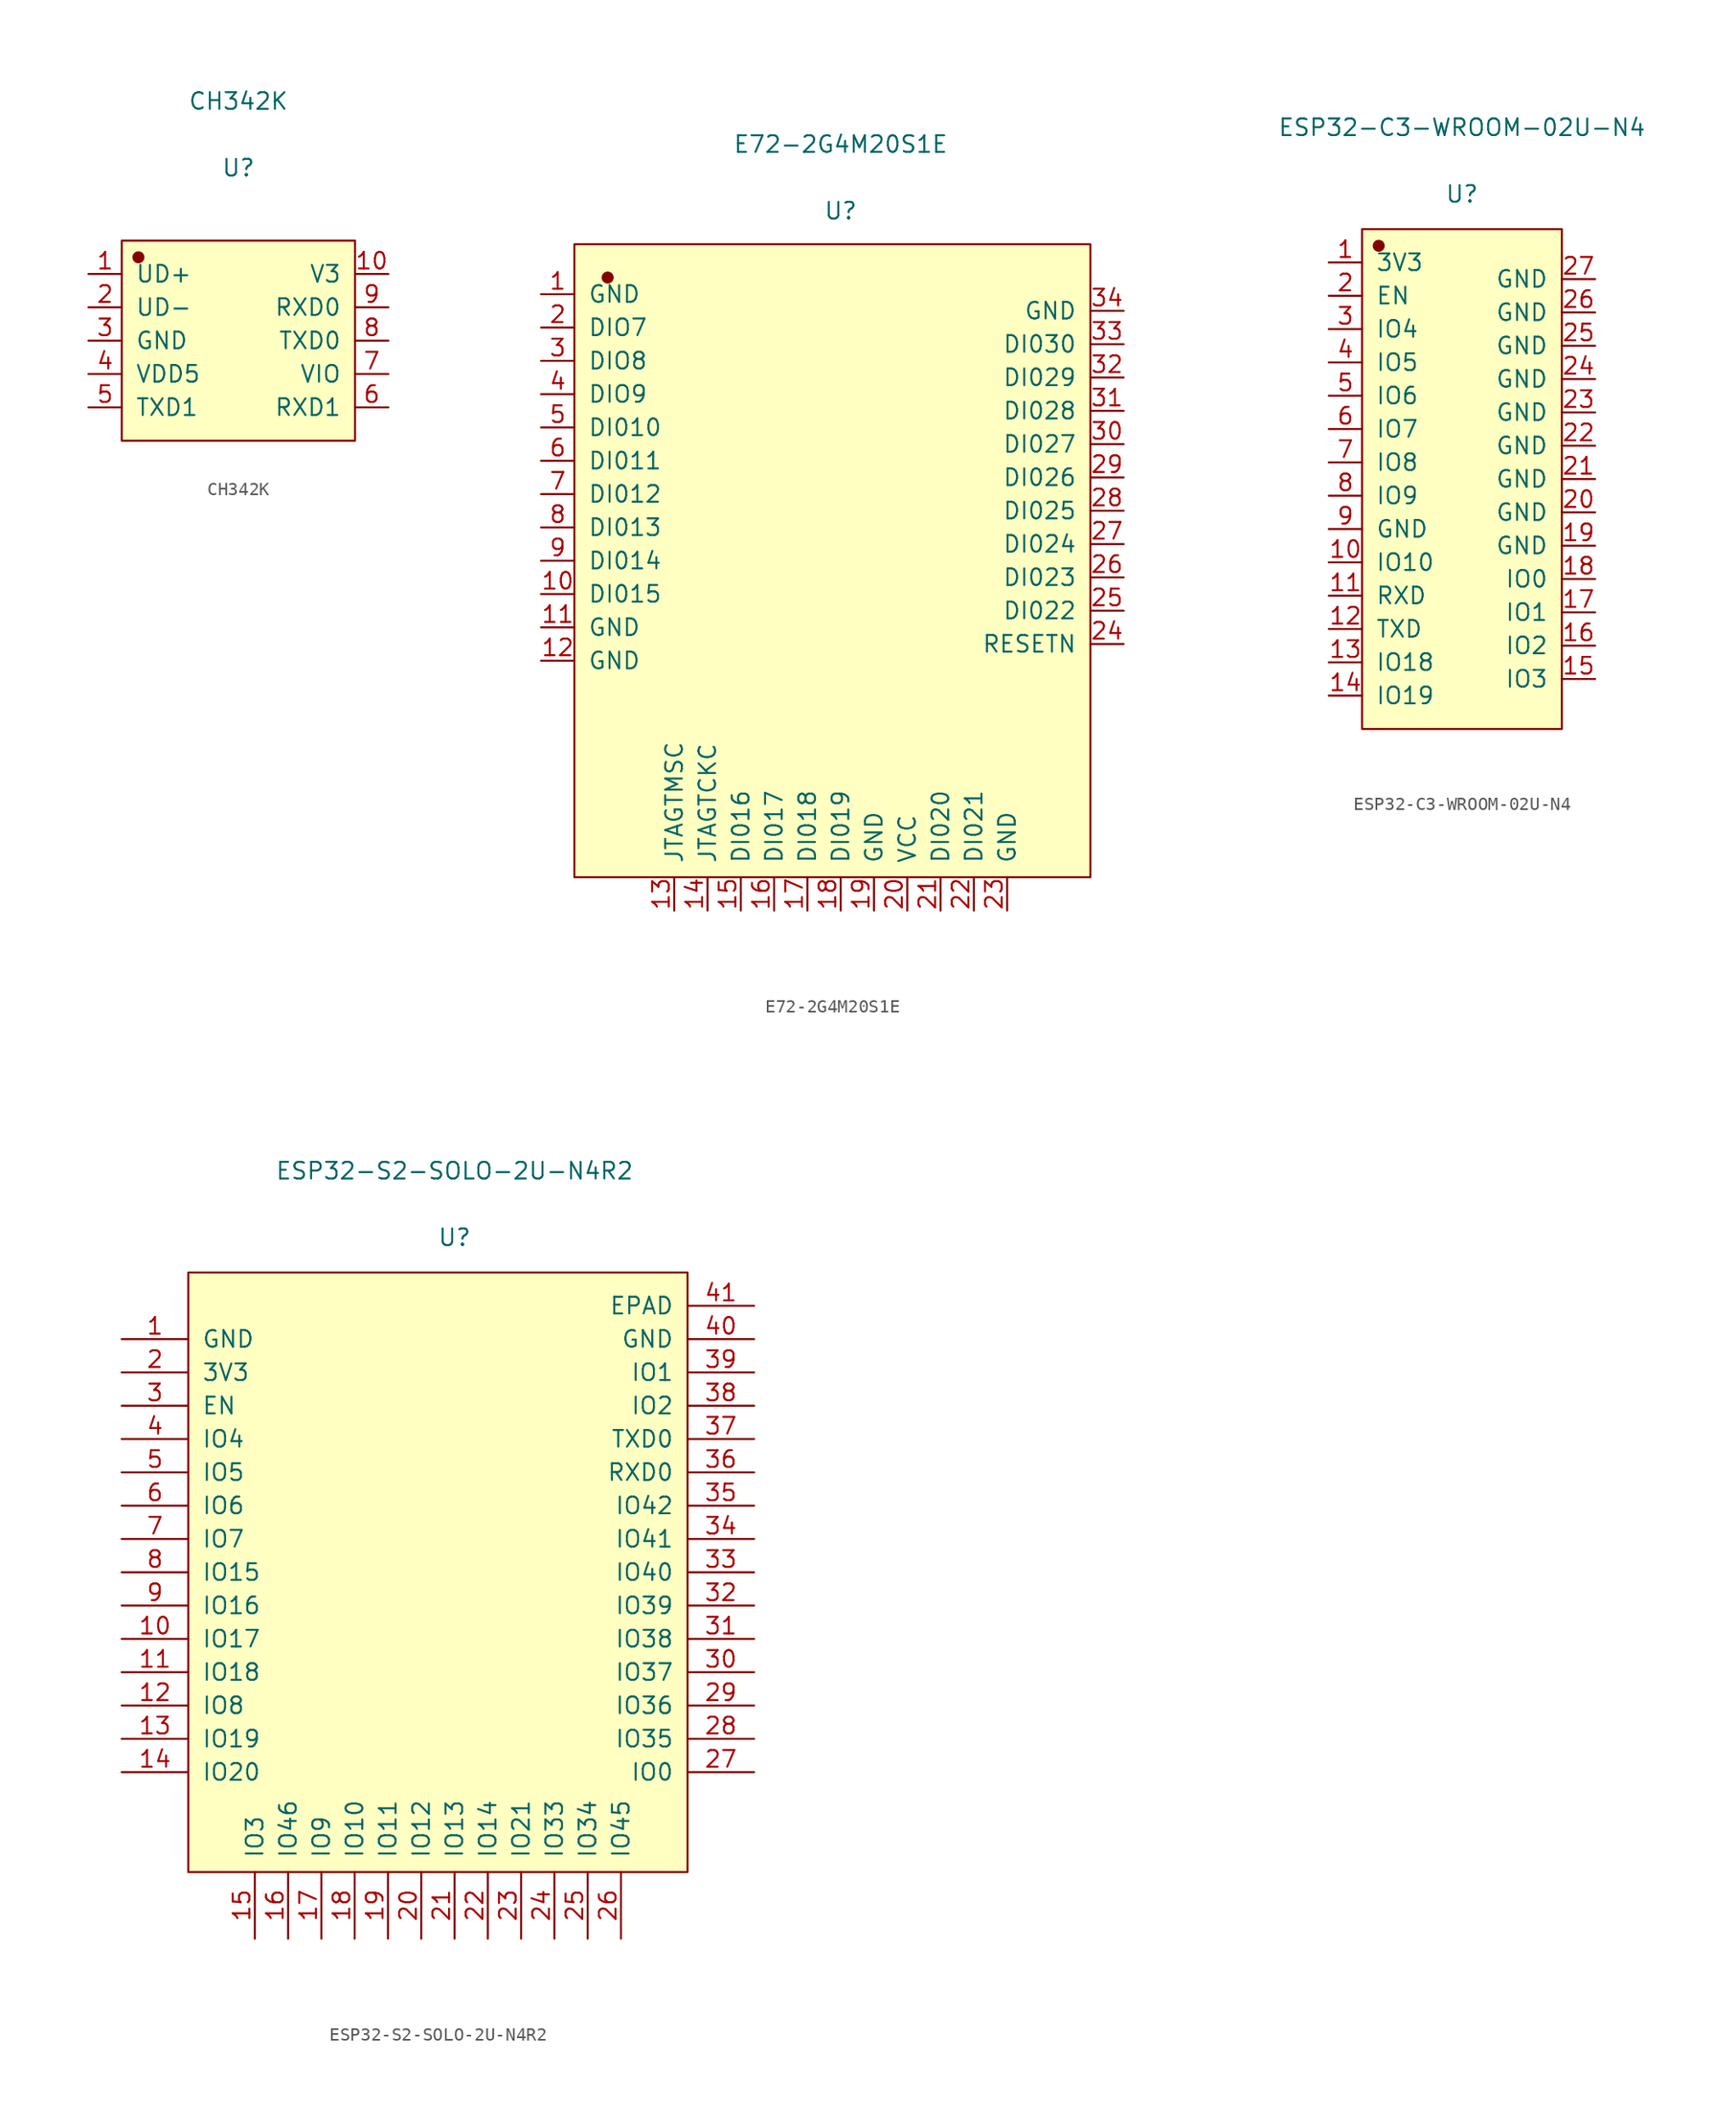
<source format=kicad_sym>
(kicad_symbol_lib
  (version 20220914)
  (generator kicad_symbol_editor)
  (symbol "CH342K"
    (pin_names
      (offset 1.016))
    (property "Reference" "U"
      (at 0 13.157 0)
      (effects (font (size 1.27 1.27))))
    (property "Value" "CH342K"
      (at 0 18.237 0)
      (effects (font (size 1.27 1.27))))
    (symbol "CH342K_1_1"
      (rectangle (start -8.89 7.62) (end 8.89 -7.62) (stroke (width 0.152) (type solid)) (fill (type background)))
      (circle (center -7.62 6.35) (radius 0.381) (stroke (width 0.152) (type solid)) (fill (type outline)))
      (pin input line (at -11.43 5.08 0) (length 2.54) (name "UD+" (effects (font (size 1.27 1.27)))) (number "1" (effects (font (size 1.27 1.27)))))
      (pin input line (at 11.43 5.08 180) (length 2.54) (name "V3" (effects (font (size 1.27 1.27)))) (number "10" (effects (font (size 1.27 1.27)))))
      (pin input line (at -11.43 2.54 0) (length 2.54) (name "UD-" (effects (font (size 1.27 1.27)))) (number "2" (effects (font (size 1.27 1.27)))))
      (pin input line (at -11.43 0 0) (length 2.54) (name "GND" (effects (font (size 1.27 1.27)))) (number "3" (effects (font (size 1.27 1.27)))))
      (pin input line (at -11.43 -2.54 0) (length 2.54) (name "VDD5" (effects (font (size 1.27 1.27)))) (number "4" (effects (font (size 1.27 1.27)))))
      (pin input line (at -11.43 -5.08 0) (length 2.54) (name "TXD1" (effects (font (size 1.27 1.27)))) (number "5" (effects (font (size 1.27 1.27)))))
      (pin input line (at 11.43 -5.08 180) (length 2.54) (name "RXD1" (effects (font (size 1.27 1.27)))) (number "6" (effects (font (size 1.27 1.27)))))
      (pin input line (at 11.43 -2.54 180) (length 2.54) (name "VIO" (effects (font (size 1.27 1.27)))) (number "7" (effects (font (size 1.27 1.27)))))
      (pin input line (at 11.43 0 180) (length 2.54) (name "TXD0" (effects (font (size 1.27 1.27)))) (number "8" (effects (font (size 1.27 1.27)))))
      (pin input line (at 11.43 2.54 180) (length 2.54) (name "RXD0" (effects (font (size 1.27 1.27)))) (number "9" (effects (font (size 1.27 1.27)))))))
  (symbol "E72-2G4M20S1E"
    (pin_names
      (offset 1.016))
    (property "Reference" "U"
      (at 0 27.94 0)
      (effects (font (size 1.27 1.27))))
    (property "Value" "E72-2G4M20S1E"
      (at 0 33.02 0)
      (effects (font (size 1.27 1.27))))
    (symbol "E72-2G4M20S1E_1_1"
      (rectangle (start -20.32 25.4) (end 19.05 -22.86) (stroke (width 0.152) (type solid)) (fill (type background)))
      (circle (center -17.78 22.86) (radius 0.381) (stroke (width 0.152) (type solid)) (fill (type outline)))
      (pin input line (at -22.86 21.59 0) (length 2.54) (name "GND" (effects (font (size 1.27 1.27)))) (number "1" (effects (font (size 1.27 1.27)))))
      (pin input line (at -22.86 -1.27 0) (length 2.54) (name "DI015" (effects (font (size 1.27 1.27)))) (number "10" (effects (font (size 1.27 1.27)))))
      (pin input line (at -22.86 -3.81 0) (length 2.54) (name "GND" (effects (font (size 1.27 1.27)))) (number "11" (effects (font (size 1.27 1.27)))))
      (pin input line (at -22.86 -6.35 0) (length 2.54) (name "GND" (effects (font (size 1.27 1.27)))) (number "12" (effects (font (size 1.27 1.27)))))
      (pin input line (at -12.7 -25.4 90) (length 2.54) (name "JTAGTMSC" (effects (font (size 1.27 1.27)))) (number "13" (effects (font (size 1.27 1.27)))))
      (pin input line (at -10.16 -25.4 90) (length 2.54) (name "JTAGTCKC" (effects (font (size 1.27 1.27)))) (number "14" (effects (font (size 1.27 1.27)))))
      (pin input line (at -7.62 -25.4 90) (length 2.54) (name "DI016" (effects (font (size 1.27 1.27)))) (number "15" (effects (font (size 1.27 1.27)))))
      (pin input line (at -5.08 -25.4 90) (length 2.54) (name "DI017" (effects (font (size 1.27 1.27)))) (number "16" (effects (font (size 1.27 1.27)))))
      (pin input line (at -2.54 -25.4 90) (length 2.54) (name "DI018" (effects (font (size 1.27 1.27)))) (number "17" (effects (font (size 1.27 1.27)))))
      (pin input line (at 0 -25.4 90) (length 2.54) (name "DI019" (effects (font (size 1.27 1.27)))) (number "18" (effects (font (size 1.27 1.27)))))
      (pin input line (at 2.54 -25.4 90) (length 2.54) (name "GND" (effects (font (size 1.27 1.27)))) (number "19" (effects (font (size 1.27 1.27)))))
      (pin input line (at -22.86 19.05 0) (length 2.54) (name "DIO7" (effects (font (size 1.27 1.27)))) (number "2" (effects (font (size 1.27 1.27)))))
      (pin input line (at 5.08 -25.4 90) (length 2.54) (name "VCC" (effects (font (size 1.27 1.27)))) (number "20" (effects (font (size 1.27 1.27)))))
      (pin input line (at 7.62 -25.4 90) (length 2.54) (name "DI020" (effects (font (size 1.27 1.27)))) (number "21" (effects (font (size 1.27 1.27)))))
      (pin input line (at 10.16 -25.4 90) (length 2.54) (name "DI021" (effects (font (size 1.27 1.27)))) (number "22" (effects (font (size 1.27 1.27)))))
      (pin input line (at 12.7 -25.4 90) (length 2.54) (name "GND" (effects (font (size 1.27 1.27)))) (number "23" (effects (font (size 1.27 1.27)))))
      (pin input line (at 21.59 -5.08 180) (length 2.54) (name "RESETN" (effects (font (size 1.27 1.27)))) (number "24" (effects (font (size 1.27 1.27)))))
      (pin input line (at 21.59 -2.54 180) (length 2.54) (name "DI022" (effects (font (size 1.27 1.27)))) (number "25" (effects (font (size 1.27 1.27)))))
      (pin input line (at 21.59 0 180) (length 2.54) (name "DI023" (effects (font (size 1.27 1.27)))) (number "26" (effects (font (size 1.27 1.27)))))
      (pin input line (at 21.59 2.54 180) (length 2.54) (name "DI024" (effects (font (size 1.27 1.27)))) (number "27" (effects (font (size 1.27 1.27)))))
      (pin input line (at 21.59 5.08 180) (length 2.54) (name "DI025" (effects (font (size 1.27 1.27)))) (number "28" (effects (font (size 1.27 1.27)))))
      (pin input line (at 21.59 7.62 180) (length 2.54) (name "DI026" (effects (font (size 1.27 1.27)))) (number "29" (effects (font (size 1.27 1.27)))))
      (pin input line (at -22.86 16.51 0) (length 2.54) (name "DIO8" (effects (font (size 1.27 1.27)))) (number "3" (effects (font (size 1.27 1.27)))))
      (pin input line (at 21.59 10.16 180) (length 2.54) (name "DI027" (effects (font (size 1.27 1.27)))) (number "30" (effects (font (size 1.27 1.27)))))
      (pin input line (at 21.59 12.7 180) (length 2.54) (name "DI028" (effects (font (size 1.27 1.27)))) (number "31" (effects (font (size 1.27 1.27)))))
      (pin input line (at 21.59 15.24 180) (length 2.54) (name "DI029" (effects (font (size 1.27 1.27)))) (number "32" (effects (font (size 1.27 1.27)))))
      (pin input line (at 21.59 17.78 180) (length 2.54) (name "DI030" (effects (font (size 1.27 1.27)))) (number "33" (effects (font (size 1.27 1.27)))))
      (pin input line (at 21.59 20.32 180) (length 2.54) (name "GND" (effects (font (size 1.27 1.27)))) (number "34" (effects (font (size 1.27 1.27)))))
      (pin input line (at -22.86 13.97 0) (length 2.54) (name "DIO9" (effects (font (size 1.27 1.27)))) (number "4" (effects (font (size 1.27 1.27)))))
      (pin input line (at -22.86 11.43 0) (length 2.54) (name "DI010" (effects (font (size 1.27 1.27)))) (number "5" (effects (font (size 1.27 1.27)))))
      (pin input line (at -22.86 8.89 0) (length 2.54) (name "DI011" (effects (font (size 1.27 1.27)))) (number "6" (effects (font (size 1.27 1.27)))))
      (pin input line (at -22.86 6.35 0) (length 2.54) (name "DI012" (effects (font (size 1.27 1.27)))) (number "7" (effects (font (size 1.27 1.27)))))
      (pin input line (at -22.86 3.81 0) (length 2.54) (name "DI013" (effects (font (size 1.27 1.27)))) (number "8" (effects (font (size 1.27 1.27)))))
      (pin input line (at -22.86 1.27 0) (length 2.54) (name "DI014" (effects (font (size 1.27 1.27)))) (number "9" (effects (font (size 1.27 1.27)))))))
  (symbol "ESP32-C3-WROOM-02U-N4"
    (pin_names
      (offset 1.016))
    (property "Reference" "U"
      (at 0 21.717 0)
      (effects (font (size 1.27 1.27))))
    (property "Value" "ESP32-C3-WROOM-02U-N4"
      (at 0 26.797 0)
      (effects (font (size 1.27 1.27))))
    (symbol "ESP32-C3-WROOM-02U-N4_1_1"
      (rectangle (start -7.62 19.05) (end 7.62 -19.05) (stroke (width 0.152) (type solid)) (fill (type background)))
      (circle (center -6.35 17.78) (radius 0.381) (stroke (width 0.152) (type solid)) (fill (type outline)))
      (pin input line (at -10.16 16.51 0) (length 2.54) (name "3V3" (effects (font (size 1.27 1.27)))) (number "1" (effects (font (size 1.27 1.27)))))
      (pin input line (at -10.16 -6.35 0) (length 2.54) (name "IO10" (effects (font (size 1.27 1.27)))) (number "10" (effects (font (size 1.27 1.27)))))
      (pin input line (at -10.16 -8.89 0) (length 2.54) (name "RXD" (effects (font (size 1.27 1.27)))) (number "11" (effects (font (size 1.27 1.27)))))
      (pin input line (at -10.16 -11.43 0) (length 2.54) (name "TXD" (effects (font (size 1.27 1.27)))) (number "12" (effects (font (size 1.27 1.27)))))
      (pin input line (at -10.16 -13.97 0) (length 2.54) (name "IO18" (effects (font (size 1.27 1.27)))) (number "13" (effects (font (size 1.27 1.27)))))
      (pin input line (at -10.16 -16.51 0) (length 2.54) (name "IO19" (effects (font (size 1.27 1.27)))) (number "14" (effects (font (size 1.27 1.27)))))
      (pin input line (at 10.16 -15.24 180) (length 2.54) (name "IO3" (effects (font (size 1.27 1.27)))) (number "15" (effects (font (size 1.27 1.27)))))
      (pin input line (at 10.16 -12.7 180) (length 2.54) (name "IO2" (effects (font (size 1.27 1.27)))) (number "16" (effects (font (size 1.27 1.27)))))
      (pin input line (at 10.16 -10.16 180) (length 2.54) (name "IO1" (effects (font (size 1.27 1.27)))) (number "17" (effects (font (size 1.27 1.27)))))
      (pin input line (at 10.16 -7.62 180) (length 2.54) (name "IO0" (effects (font (size 1.27 1.27)))) (number "18" (effects (font (size 1.27 1.27)))))
      (pin input line (at 10.16 -5.08 180) (length 2.54) (name "GND" (effects (font (size 1.27 1.27)))) (number "19" (effects (font (size 1.27 1.27)))))
      (pin input line (at -10.16 13.97 0) (length 2.54) (name "EN" (effects (font (size 1.27 1.27)))) (number "2" (effects (font (size 1.27 1.27)))))
      (pin input line (at 10.16 -2.54 180) (length 2.54) (name "GND" (effects (font (size 1.27 1.27)))) (number "20" (effects (font (size 1.27 1.27)))))
      (pin input line (at 10.16 0 180) (length 2.54) (name "GND" (effects (font (size 1.27 1.27)))) (number "21" (effects (font (size 1.27 1.27)))))
      (pin input line (at 10.16 2.54 180) (length 2.54) (name "GND" (effects (font (size 1.27 1.27)))) (number "22" (effects (font (size 1.27 1.27)))))
      (pin input line (at 10.16 5.08 180) (length 2.54) (name "GND" (effects (font (size 1.27 1.27)))) (number "23" (effects (font (size 1.27 1.27)))))
      (pin input line (at 10.16 7.62 180) (length 2.54) (name "GND" (effects (font (size 1.27 1.27)))) (number "24" (effects (font (size 1.27 1.27)))))
      (pin input line (at 10.16 10.16 180) (length 2.54) (name "GND" (effects (font (size 1.27 1.27)))) (number "25" (effects (font (size 1.27 1.27)))))
      (pin input line (at 10.16 12.7 180) (length 2.54) (name "GND" (effects (font (size 1.27 1.27)))) (number "26" (effects (font (size 1.27 1.27)))))
      (pin input line (at 10.16 15.24 180) (length 2.54) (name "GND" (effects (font (size 1.27 1.27)))) (number "27" (effects (font (size 1.27 1.27)))))
      (pin input line (at -10.16 11.43 0) (length 2.54) (name "IO4" (effects (font (size 1.27 1.27)))) (number "3" (effects (font (size 1.27 1.27)))))
      (pin input line (at -10.16 8.89 0) (length 2.54) (name "IO5" (effects (font (size 1.27 1.27)))) (number "4" (effects (font (size 1.27 1.27)))))
      (pin input line (at -10.16 6.35 0) (length 2.54) (name "IO6" (effects (font (size 1.27 1.27)))) (number "5" (effects (font (size 1.27 1.27)))))
      (pin input line (at -10.16 3.81 0) (length 2.54) (name "IO7" (effects (font (size 1.27 1.27)))) (number "6" (effects (font (size 1.27 1.27)))))
      (pin input line (at -10.16 1.27 0) (length 2.54) (name "IO8" (effects (font (size 1.27 1.27)))) (number "7" (effects (font (size 1.27 1.27)))))
      (pin input line (at -10.16 -1.27 0) (length 2.54) (name "IO9" (effects (font (size 1.27 1.27)))) (number "8" (effects (font (size 1.27 1.27)))))
      (pin input line (at -10.16 -3.81 0) (length 2.54) (name "GND" (effects (font (size 1.27 1.27)))) (number "9" (effects (font (size 1.27 1.27)))))))
  (symbol "ESP32-S2-SOLO-2U-N4R2"
    (pin_names
      (offset 1.016))
    (property "Reference" "U"
      (at 0 28.067 0)
      (effects (font (size 1.27 1.27))))
    (property "Value" "ESP32-S2-SOLO-2U-N4R2"
      (at 0 33.147 0)
      (effects (font (size 1.27 1.27))))
    (symbol "ESP32-S2-SOLO-2U-N4R2_1_1"
      (rectangle (start -20.32 25.4) (end 17.78 -20.32) (stroke (width 0.152) (type solid)) (fill (type background)))
      (pin power_in line (at -25.4 20.32 0) (length 5.08) (name "GND" (effects (font (size 1.27 1.27)))) (number "1" (effects (font (size 1.27 1.27)))))
      (pin bidirectional line (at -25.4 -2.54 0) (length 5.08) (name "IO17" (effects (font (size 1.27 1.27)))) (number "10" (effects (font (size 1.27 1.27)))))
      (pin bidirectional line (at -25.4 -5.08 0) (length 5.08) (name "IO18" (effects (font (size 1.27 1.27)))) (number "11" (effects (font (size 1.27 1.27)))))
      (pin bidirectional line (at -25.4 -7.62 0) (length 5.08) (name "IO8" (effects (font (size 1.27 1.27)))) (number "12" (effects (font (size 1.27 1.27)))))
      (pin bidirectional line (at -25.4 -10.16 0) (length 5.08) (name "IO19" (effects (font (size 1.27 1.27)))) (number "13" (effects (font (size 1.27 1.27)))))
      (pin bidirectional line (at -25.4 -12.7 0) (length 5.08) (name "IO20" (effects (font (size 1.27 1.27)))) (number "14" (effects (font (size 1.27 1.27)))))
      (pin power_in line (at -15.24 -25.4 90) (length 5.08) (name "IO3" (effects (font (size 1.27 1.27)))) (number "15" (effects (font (size 1.27 1.27)))))
      (pin bidirectional line (at -12.7 -25.4 90) (length 5.08) (name "IO46" (effects (font (size 1.27 1.27)))) (number "16" (effects (font (size 1.27 1.27)))))
      (pin bidirectional line (at -10.16 -25.4 90) (length 5.08) (name "IO9" (effects (font (size 1.27 1.27)))) (number "17" (effects (font (size 1.27 1.27)))))
      (pin bidirectional line (at -7.62 -25.4 90) (length 5.08) (name "IO10" (effects (font (size 1.27 1.27)))) (number "18" (effects (font (size 1.27 1.27)))))
      (pin bidirectional line (at -5.08 -25.4 90) (length 5.08) (name "IO11" (effects (font (size 1.27 1.27)))) (number "19" (effects (font (size 1.27 1.27)))))
      (pin power_in line (at -25.4 17.78 0) (length 5.08) (name "3V3" (effects (font (size 1.27 1.27)))) (number "2" (effects (font (size 1.27 1.27)))))
      (pin bidirectional line (at -2.54 -25.4 90) (length 5.08) (name "IO12" (effects (font (size 1.27 1.27)))) (number "20" (effects (font (size 1.27 1.27)))))
      (pin bidirectional line (at 0 -25.4 90) (length 5.08) (name "IO13" (effects (font (size 1.27 1.27)))) (number "21" (effects (font (size 1.27 1.27)))))
      (pin bidirectional line (at 2.54 -25.4 90) (length 5.08) (name "IO14" (effects (font (size 1.27 1.27)))) (number "22" (effects (font (size 1.27 1.27)))))
      (pin bidirectional line (at 5.08 -25.4 90) (length 5.08) (name "IO21" (effects (font (size 1.27 1.27)))) (number "23" (effects (font (size 1.27 1.27)))))
      (pin bidirectional line (at 7.62 -25.4 90) (length 5.08) (name "IO33" (effects (font (size 1.27 1.27)))) (number "24" (effects (font (size 1.27 1.27)))))
      (pin bidirectional line (at 10.16 -25.4 90) (length 5.08) (name "IO34" (effects (font (size 1.27 1.27)))) (number "25" (effects (font (size 1.27 1.27)))))
      (pin bidirectional line (at 12.7 -25.4 90) (length 5.08) (name "IO45" (effects (font (size 1.27 1.27)))) (number "26" (effects (font (size 1.27 1.27)))))
      (pin bidirectional line (at 22.86 -12.7 180) (length 5.08) (name "IO0" (effects (font (size 1.27 1.27)))) (number "27" (effects (font (size 1.27 1.27)))))
      (pin bidirectional line (at 22.86 -10.16 180) (length 5.08) (name "IO35" (effects (font (size 1.27 1.27)))) (number "28" (effects (font (size 1.27 1.27)))))
      (pin bidirectional line (at 22.86 -7.62 180) (length 5.08) (name "IO36" (effects (font (size 1.27 1.27)))) (number "29" (effects (font (size 1.27 1.27)))))
      (pin input line (at -25.4 15.24 0) (length 5.08) (name "EN" (effects (font (size 1.27 1.27)))) (number "3" (effects (font (size 1.27 1.27)))))
      (pin bidirectional line (at 22.86 -5.08 180) (length 5.08) (name "IO37" (effects (font (size 1.27 1.27)))) (number "30" (effects (font (size 1.27 1.27)))))
      (pin bidirectional line (at 22.86 -2.54 180) (length 5.08) (name "IO38" (effects (font (size 1.27 1.27)))) (number "31" (effects (font (size 1.27 1.27)))))
      (pin bidirectional line (at 22.86 0 180) (length 5.08) (name "IO39" (effects (font (size 1.27 1.27)))) (number "32" (effects (font (size 1.27 1.27)))))
      (pin bidirectional line (at 22.86 2.54 180) (length 5.08) (name "IO40" (effects (font (size 1.27 1.27)))) (number "33" (effects (font (size 1.27 1.27)))))
      (pin input line (at 22.86 5.08 180) (length 5.08) (name "IO41" (effects (font (size 1.27 1.27)))) (number "34" (effects (font (size 1.27 1.27)))))
      (pin output line (at 22.86 7.62 180) (length 5.08) (name "IO42" (effects (font (size 1.27 1.27)))) (number "35" (effects (font (size 1.27 1.27)))))
      (pin bidirectional line (at 22.86 10.16 180) (length 5.08) (name "RXD0" (effects (font (size 1.27 1.27)))) (number "36" (effects (font (size 1.27 1.27)))))
      (pin bidirectional line (at 22.86 12.7 180) (length 5.08) (name "TXD0" (effects (font (size 1.27 1.27)))) (number "37" (effects (font (size 1.27 1.27)))))
      (pin power_in line (at 22.86 15.24 180) (length 5.08) (name "IO2" (effects (font (size 1.27 1.27)))) (number "38" (effects (font (size 1.27 1.27)))))
      (pin bidirectional line (at 22.86 17.78 180) (length 5.08) (name "IO1" (effects (font (size 1.27 1.27)))) (number "39" (effects (font (size 1.27 1.27)))))
      (pin bidirectional line (at -25.4 12.7 0) (length 5.08) (name "IO4" (effects (font (size 1.27 1.27)))) (number "4" (effects (font (size 1.27 1.27)))))
      (pin bidirectional line (at 22.86 20.32 180) (length 5.08) (name "GND" (effects (font (size 1.27 1.27)))) (number "40" (effects (font (size 1.27 1.27)))))
      (pin power_in line (at 22.86 22.86 180) (length 5.08) (name "EPAD" (effects (font (size 1.27 1.27)))) (number "41" (effects (font (size 1.27 1.27)))))
      (pin bidirectional line (at -25.4 10.16 0) (length 5.08) (name "IO5" (effects (font (size 1.27 1.27)))) (number "5" (effects (font (size 1.27 1.27)))))
      (pin bidirectional line (at -25.4 7.62 0) (length 5.08) (name "IO6" (effects (font (size 1.27 1.27)))) (number "6" (effects (font (size 1.27 1.27)))))
      (pin bidirectional line (at -25.4 5.08 0) (length 5.08) (name "IO7" (effects (font (size 1.27 1.27)))) (number "7" (effects (font (size 1.27 1.27)))))
      (pin bidirectional line (at -25.4 2.54 0) (length 5.08) (name "IO15" (effects (font (size 1.27 1.27)))) (number "8" (effects (font (size 1.27 1.27)))))
      (pin bidirectional line (at -25.4 0 0) (length 5.08) (name "IO16" (effects (font (size 1.27 1.27)))) (number "9" (effects (font (size 1.27 1.27))))))))
</source>
